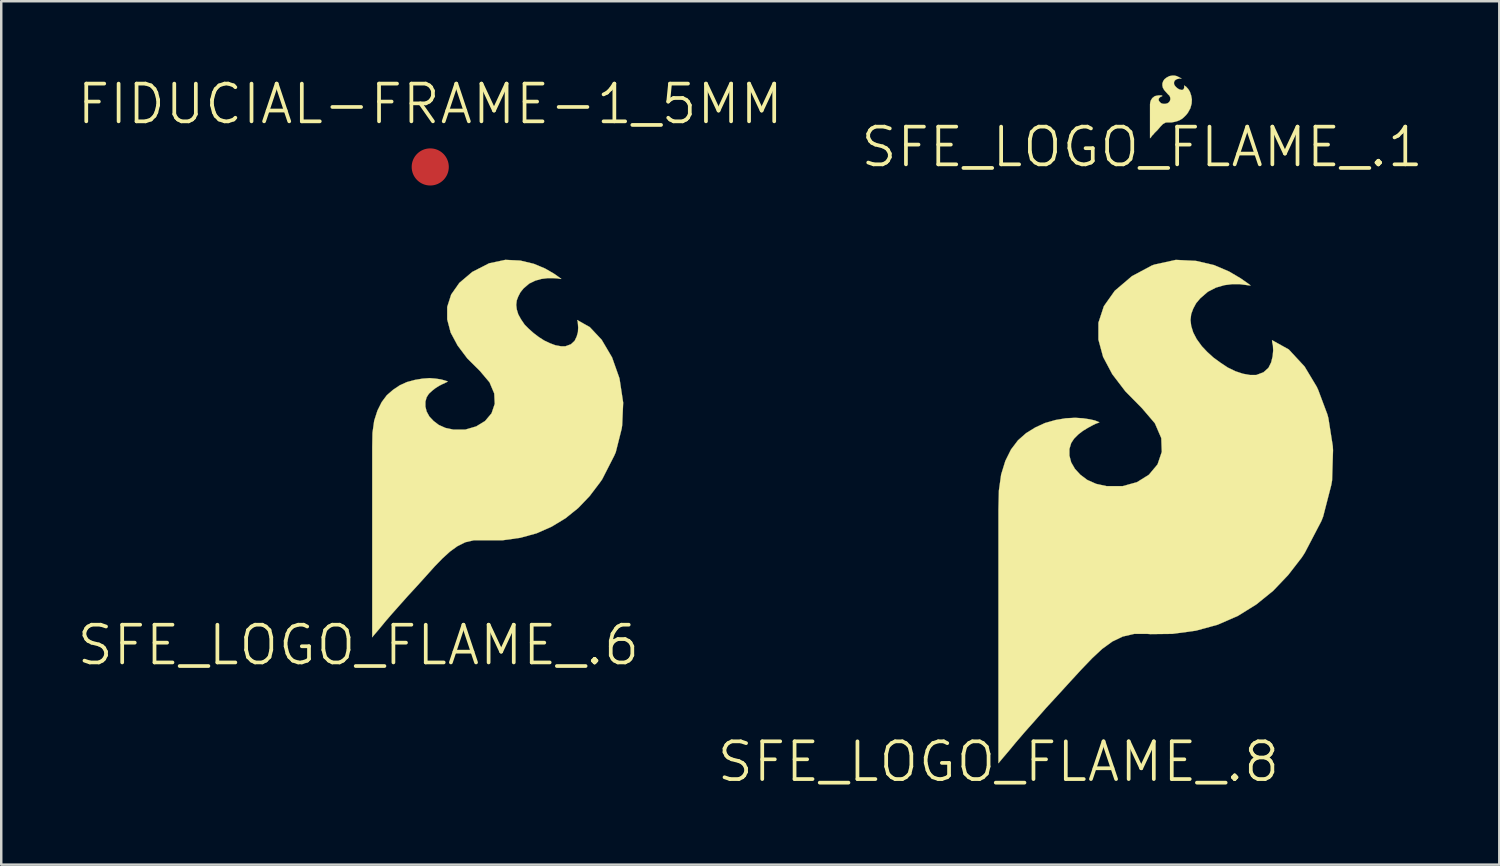
<source format=kicad_pcb>
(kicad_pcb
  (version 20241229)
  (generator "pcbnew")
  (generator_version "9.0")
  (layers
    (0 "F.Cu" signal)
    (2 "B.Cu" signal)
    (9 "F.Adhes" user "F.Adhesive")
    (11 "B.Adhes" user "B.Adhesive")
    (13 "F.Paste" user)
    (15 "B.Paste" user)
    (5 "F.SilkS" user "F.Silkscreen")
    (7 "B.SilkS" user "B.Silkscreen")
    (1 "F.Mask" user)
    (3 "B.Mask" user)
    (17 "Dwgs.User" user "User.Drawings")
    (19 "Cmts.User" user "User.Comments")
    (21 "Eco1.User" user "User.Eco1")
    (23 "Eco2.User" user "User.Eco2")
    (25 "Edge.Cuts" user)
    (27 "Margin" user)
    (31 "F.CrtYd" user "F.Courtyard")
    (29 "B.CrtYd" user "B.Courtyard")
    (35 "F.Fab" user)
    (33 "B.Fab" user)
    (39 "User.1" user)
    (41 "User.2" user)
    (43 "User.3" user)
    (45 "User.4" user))
  (footprint "FIDUCIAL-FRAME-1_5MM"
    (layer "F.Cu")
    (at 14.333 3.695)
    (property "Reference" "FIDUCIAL-FRAME-1_5MM" (at 0 -2.54 0) (layer "F.SilkS") (effects (font (size 1.524 1.524) (thickness 0.15))))
    (attr smd)
    (pad "1" smd circle (at 0 0) (size 1.5 1.5) (layers "F.Cu" "F.Mask" "F.Paste")))
  (footprint "SFE_LOGO_FLAME_.6"
    (layer "F.Cu")
    (at 11.43 23.017)
    (property "Reference" "SFE_LOGO_FLAME_.6" (at 0 0 0) (layer "F.SilkS") (effects (font (size 1.524 1.524) (thickness 0.15))))
    (attr exclude_from_pos_files exclude_from_bom)
    (fp_poly (pts (xy 8.849 -13.119) (xy 8.86 -13.078) (xy 8.87 -12.979) (xy 8.88 -12.83) (xy 8.87 -12.649) (xy 8.819 -12.469) (xy 8.738 -12.299) (xy 8.588 -12.159) (xy 8.369 -12.078) (xy 8.179 -12.078) (xy 7.958 -12.118) (xy 7.739 -12.2) (xy 7.508 -12.309) (xy 7.29 -12.449) (xy 7.079 -12.609) (xy 6.888 -12.779) (xy 6.718 -12.949) (xy 6.568 -13.17) (xy 6.459 -13.368) (xy 6.398 -13.569) (xy 6.378 -13.749) (xy 6.398 -13.929) (xy 6.459 -14.089) (xy 6.548 -14.26) (xy 6.668 -14.409) (xy 6.899 -14.608) (xy 7.148 -14.729) (xy 7.399 -14.798) (xy 7.648 -14.829) (xy 7.859 -14.829) (xy 8.039 -14.818) (xy 8.158 -14.798) (xy 8.199 -14.798) (xy 8.118 -14.859) (xy 7.889 -15.019) (xy 7.539 -15.22) (xy 7.089 -15.408) (xy 6.538 -15.54) (xy 5.939 -15.568) (xy 5.278 -15.428) (xy 4.6 -15.08) (xy 4.079 -14.638) (xy 3.749 -14.168) (xy 3.589 -13.668) (xy 3.589 -13.16) (xy 3.729 -12.629) (xy 4.008 -12.108) (xy 4.399 -11.587) (xy 4.91 -11.079) (xy 5.298 -10.62) (xy 5.489 -10.168) (xy 5.509 -9.749) (xy 5.38 -9.368) (xy 5.118 -9.058) (xy 4.76 -8.839) (xy 4.318 -8.71) (xy 3.838 -8.71) (xy 3.518 -8.778) (xy 3.249 -8.898) (xy 3.038 -9.058) (xy 2.868 -9.238) (xy 2.758 -9.439) (xy 2.708 -9.639) (xy 2.708 -9.84) (xy 2.758 -10.018) (xy 2.85 -10.16) (xy 2.979 -10.279) (xy 3.119 -10.389) (xy 3.259 -10.477) (xy 3.399 -10.549) (xy 3.508 -10.599) (xy 3.589 -10.638) (xy 3.609 -10.648) (xy 3.579 -10.668) (xy 3.48 -10.698) (xy 3.33 -10.739) (xy 3.119 -10.77) (xy 2.878 -10.79) (xy 2.598 -10.77) (xy 2.289 -10.719) (xy 1.958 -10.63) (xy 1.669 -10.498) (xy 1.4 -10.317) (xy 1.148 -10.099) (xy 0.94 -9.82) (xy 0.77 -9.479) (xy 0.638 -9.068) (xy 0.569 -8.578) (xy 0.559 -7.998) (xy 0.559 -0.318) (xy 0.589 -0.358) (xy 0.699 -0.488) (xy 0.869 -0.688) (xy 1.09 -0.958) (xy 1.359 -1.27) (xy 1.669 -1.618) (xy 1.999 -1.989) (xy 2.36 -2.38) (xy 2.738 -2.799) (xy 3.078 -3.178) (xy 3.399 -3.508) (xy 3.698 -3.78) (xy 3.998 -3.998) (xy 4.318 -4.158) (xy 4.669 -4.239) (xy 5.829 -4.239) (xy 6.538 -4.338) (xy 7.198 -4.519) (xy 7.808 -4.788) (xy 8.369 -5.128) (xy 8.88 -5.54) (xy 9.34 -6.02) (xy 9.749 -6.558) (xy 9.848 -6.698) (xy 10.338 -7.658) (xy 10.399 -7.798) (xy 10.638 -8.748) (xy 10.658 -8.89) (xy 10.698 -9.799) (xy 10.549 -10.78) (xy 10.249 -11.628) (xy 9.83 -12.339) (xy 9.35 -12.85) (xy 8.839 -13.139)) (stroke (width 0.01) (type solid)) (fill yes) (layer "F.SilkS")))
  (footprint "SFE_LOGO_FLAME_.8"
    (layer "F.Cu")
    (at 37.29 27.729)
    (property "Reference" "SFE_LOGO_FLAME_.8" (at 0 0 0) (layer "F.SilkS") (effects (font (size 1.524 1.524) (thickness 0.15))))
    (attr exclude_from_pos_files exclude_from_bom)
    (fp_poly (pts (xy 11.059 -17.018) (xy 11.059 -16.96) (xy 11.09 -16.82) (xy 11.1 -16.619) (xy 11.079 -16.388) (xy 11.019 -16.139) (xy 10.909 -15.918) (xy 10.709 -15.738) (xy 10.419 -15.629) (xy 10.16 -15.629) (xy 9.878 -15.679) (xy 9.578 -15.778) (xy 9.268 -15.928) (xy 8.979 -16.119) (xy 8.689 -16.33) (xy 8.438 -16.558) (xy 8.219 -16.789) (xy 8.009 -17.079) (xy 7.869 -17.348) (xy 7.788 -17.61) (xy 7.76 -17.849) (xy 7.788 -18.09) (xy 7.869 -18.308) (xy 7.988 -18.529) (xy 8.158 -18.73) (xy 8.458 -18.989) (xy 8.788 -19.159) (xy 9.129 -19.258) (xy 9.449 -19.299) (xy 9.738 -19.299) (xy 9.98 -19.268) (xy 10.13 -19.248) (xy 10.188 -19.248) (xy 10.079 -19.329) (xy 9.779 -19.538) (xy 9.319 -19.809) (xy 8.71 -20.069) (xy 7.978 -20.239) (xy 7.168 -20.279) (xy 6.299 -20.089) (xy 6.19 -20.048) (xy 5.39 -19.619) (xy 4.699 -19.03) (xy 4.26 -18.41) (xy 4.039 -17.739) (xy 4.039 -17.059) (xy 4.229 -16.358) (xy 4.6 -15.659) (xy 5.128 -14.968) (xy 5.799 -14.287) (xy 6.32 -13.678) (xy 6.579 -13.078) (xy 6.599 -12.52) (xy 6.429 -12.019) (xy 6.078 -11.598) (xy 5.598 -11.298) (xy 5.019 -11.138) (xy 4.369 -11.138) (xy 3.95 -11.229) (xy 3.589 -11.389) (xy 3.31 -11.598) (xy 3.089 -11.839) (xy 2.939 -12.098) (xy 2.868 -12.37) (xy 2.868 -12.639) (xy 2.939 -12.878) (xy 3.058 -13.058) (xy 3.228 -13.228) (xy 3.409 -13.368) (xy 3.609 -13.49) (xy 3.79 -13.589) (xy 3.929 -13.658) (xy 4.039 -13.698) (xy 4.079 -13.719) (xy 4.028 -13.739) (xy 3.899 -13.79) (xy 3.688 -13.838) (xy 3.419 -13.879) (xy 3.099 -13.899) (xy 2.718 -13.879) (xy 2.309 -13.81) (xy 1.88 -13.688) (xy 1.488 -13.508) (xy 1.118 -13.279) (xy 0.79 -12.99) (xy 0.508 -12.619) (xy 0.279 -12.159) (xy 0.109 -11.608) (xy 0.018 -10.958) (xy 0 -10.188) (xy 0 0.058) (xy 0.048 0) (xy 0.188 -0.168) (xy 0.419 -0.439) (xy 0.709 -0.79) (xy 1.069 -1.209) (xy 1.478 -1.669) (xy 1.918 -2.169) (xy 2.398 -2.69) (xy 2.908 -3.249) (xy 3.368 -3.749) (xy 3.79 -4.188) (xy 4.188 -4.559) (xy 4.6 -4.859) (xy 5.019 -5.06) (xy 5.489 -5.169) (xy 6.01 -5.169) (xy 6.139 -5.159) (xy 7.028 -5.169) (xy 7.978 -5.298) (xy 8.86 -5.54) (xy 9.68 -5.898) (xy 10.419 -6.358) (xy 11.1 -6.909) (xy 11.709 -7.549) (xy 12.258 -8.258) (xy 12.38 -8.448) (xy 13.048 -9.728) (xy 13.119 -9.909) (xy 13.449 -11.189) (xy 13.48 -11.369) (xy 13.518 -12.588) (xy 13.508 -12.758) (xy 13.33 -13.889) (xy 13.289 -14.039) (xy 12.918 -15.029) (xy 12.857 -15.159) (xy 12.37 -15.969) (xy 11.73 -16.66) (xy 11.049 -17.038)) (stroke (width 0.01) (type solid)) (fill yes) (layer "F.SilkS")))
  (footprint "SFE_LOGO_FLAME_.1"
    (layer "F.Cu")
    (at 43.096 2.893)
    (property "Reference" "SFE_LOGO_FLAME_.1" (at 0 0 0) (layer "F.SilkS") (effects (font (size 1.524 1.524) (thickness 0.15))))
    (attr exclude_from_pos_files exclude_from_bom)
    (fp_poly (pts (xy 1.699 -2.489) (xy 1.699 -2.398) (xy 1.689 -2.37) (xy 1.679 -2.349) (xy 1.648 -2.319) (xy 1.618 -2.309) (xy 1.587 -2.309) (xy 1.509 -2.329) (xy 1.468 -2.349) (xy 1.438 -2.37) (xy 1.4 -2.398) (xy 1.339 -2.459) (xy 1.298 -2.52) (xy 1.288 -2.558) (xy 1.288 -2.619) (xy 1.298 -2.649) (xy 1.308 -2.67) (xy 1.328 -2.697) (xy 1.369 -2.728) (xy 1.41 -2.748) (xy 1.458 -2.758) (xy 1.499 -2.769) (xy 1.56 -2.769) (xy 1.58 -2.758) (xy 1.587 -2.758) (xy 1.58 -2.769) (xy 1.539 -2.799) (xy 1.4 -2.868) (xy 1.308 -2.888) (xy 1.209 -2.888) (xy 1.1 -2.868) (xy 0.988 -2.809) (xy 0.899 -2.738) (xy 0.848 -2.659) (xy 0.818 -2.568) (xy 0.818 -2.489) (xy 0.838 -2.398) (xy 0.889 -2.309) (xy 0.958 -2.228) (xy 1.039 -2.139) (xy 1.11 -2.068) (xy 1.138 -1.989) (xy 1.138 -1.918) (xy 1.118 -1.859) (xy 1.079 -1.808) (xy 1.019 -1.768) (xy 0.94 -1.748) (xy 0.859 -1.748) (xy 0.808 -1.758) (xy 0.759 -1.778) (xy 0.699 -1.839) (xy 0.678 -1.869) (xy 0.668 -1.9) (xy 0.668 -1.938) (xy 0.678 -1.968) (xy 0.739 -2.029) (xy 0.77 -2.04) (xy 0.808 -2.06) (xy 0.818 -2.068) (xy 0.78 -2.088) (xy 0.658 -2.088) (xy 0.599 -2.078) (xy 0.549 -2.068) (xy 0.498 -2.05) (xy 0.46 -2.019) (xy 0.409 -1.979) (xy 0.348 -1.88) (xy 0.328 -1.808) (xy 0.318 -1.73) (xy 0.318 -0.358) (xy 0.368 -0.409) (xy 0.399 -0.46) (xy 0.45 -0.508) (xy 0.498 -0.569) (xy 0.62 -0.688) (xy 0.739 -0.828) (xy 0.838 -0.93) (xy 0.94 -0.988) (xy 0.998 -0.998) (xy 1.189 -0.998) (xy 1.308 -1.019) (xy 1.42 -1.049) (xy 1.519 -1.09) (xy 1.618 -1.148) (xy 1.699 -1.219) (xy 1.778 -1.298) (xy 1.849 -1.389) (xy 1.948 -1.57) (xy 1.999 -1.758) (xy 2.009 -1.928) (xy 1.979 -2.088) (xy 1.928 -2.238) (xy 1.859 -2.349) (xy 1.778 -2.438)) (stroke (width 0.01) (type solid)) (fill yes) (layer "F.SilkS")))
  (gr_rect
    (start -3 -3)
    (end 57.526 31.884)
    (stroke (width 0.1) (type default))
    (fill no)
    (layer "Edge.Cuts")))
</source>
